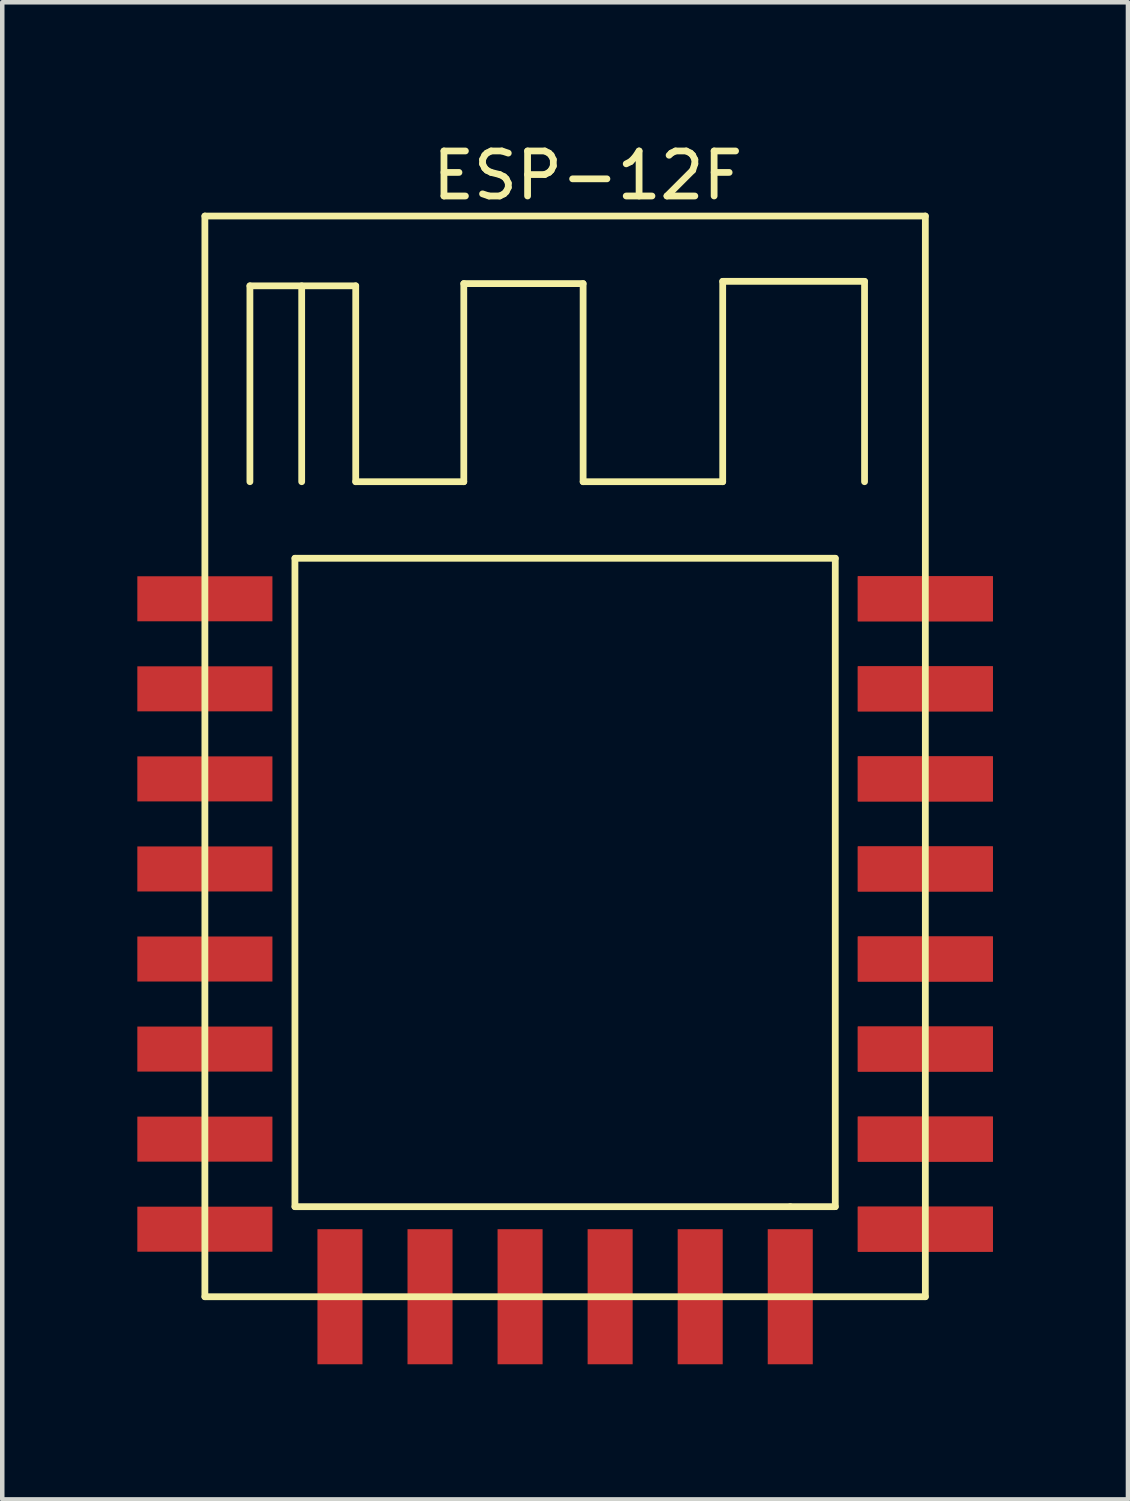
<source format=kicad_pcb>
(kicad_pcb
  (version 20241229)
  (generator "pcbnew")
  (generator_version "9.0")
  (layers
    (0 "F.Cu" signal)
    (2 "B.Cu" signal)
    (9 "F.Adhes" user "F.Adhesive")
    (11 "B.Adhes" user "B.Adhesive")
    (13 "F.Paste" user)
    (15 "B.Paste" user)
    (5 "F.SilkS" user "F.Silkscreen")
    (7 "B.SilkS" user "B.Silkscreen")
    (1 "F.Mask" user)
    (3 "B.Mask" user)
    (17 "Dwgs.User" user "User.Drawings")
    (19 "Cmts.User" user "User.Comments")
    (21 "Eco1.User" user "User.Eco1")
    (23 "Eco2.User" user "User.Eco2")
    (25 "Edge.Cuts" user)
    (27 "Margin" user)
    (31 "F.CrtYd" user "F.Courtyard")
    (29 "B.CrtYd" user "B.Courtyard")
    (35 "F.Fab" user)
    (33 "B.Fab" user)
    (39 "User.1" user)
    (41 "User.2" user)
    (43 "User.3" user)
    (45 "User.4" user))
  (footprint "ESP-12F"
    (layer "F.Cu")
    (at 1.5 25.748)
    (property "Reference" "ESP-12F" (at 8.5 -24.9 0) (layer "F.SilkS") (effects (font (size 1 1) (thickness 0.15))))
    (attr through_hole)
    (fp_line (start 0 -24) (end 16 -24) (stroke (width 0.15) (type solid)) (layer "F.SilkS"))
    (fp_line (start 0 0) (end 0 -24) (stroke (width 0.15) (type solid)) (layer "F.SilkS"))
    (fp_line (start 1 -22.45) (end 1 -18.1) (stroke (width 0.15) (type solid)) (layer "F.SilkS"))
    (fp_line (start 2 -16.4) (end 2 -2) (stroke (width 0.15) (type solid)) (layer "F.SilkS"))
    (fp_line (start 2 -2) (end 13 -2) (stroke (width 0.15) (type solid)) (layer "F.SilkS"))
    (fp_line (start 2.15 -22.45) (end 2.15 -18.1) (stroke (width 0.15) (type solid)) (layer "F.SilkS"))
    (fp_line (start 3.35 -22.45) (end 1 -22.45) (stroke (width 0.15) (type solid)) (layer "F.SilkS"))
    (fp_line (start 3.35 -18.1) (end 3.35 -22.45) (stroke (width 0.15) (type solid)) (layer "F.SilkS"))
    (fp_line (start 5.75 -22.5) (end 5.75 -18.1) (stroke (width 0.15) (type solid)) (layer "F.SilkS"))
    (fp_line (start 5.75 -18.1) (end 3.35 -18.1) (stroke (width 0.15) (type solid)) (layer "F.SilkS"))
    (fp_line (start 8.4 -22.5) (end 5.75 -22.5) (stroke (width 0.15) (type solid)) (layer "F.SilkS"))
    (fp_line (start 8.4 -18.1) (end 8.4 -22.5) (stroke (width 0.15) (type solid)) (layer "F.SilkS"))
    (fp_line (start 11.5 -22.55) (end 11.5 -18.1) (stroke (width 0.15) (type solid)) (layer "F.SilkS"))
    (fp_line (start 11.5 -18.1) (end 8.4 -18.1) (stroke (width 0.15) (type solid)) (layer "F.SilkS"))
    (fp_line (start 13 -2) (end 14 -2) (stroke (width 0.15) (type solid)) (layer "F.SilkS"))
    (fp_line (start 14 -16.4) (end 2 -16.4) (stroke (width 0.15) (type solid)) (layer "F.SilkS"))
    (fp_line (start 14 -2) (end 14 -16.4) (stroke (width 0.15) (type solid)) (layer "F.SilkS"))
    (fp_line (start 14.65 -22.55) (end 11.5 -22.55) (stroke (width 0.15) (type solid)) (layer "F.SilkS"))
    (fp_line (start 14.65 -18.1) (end 14.65 -22.55) (stroke (width 0.15) (type solid)) (layer "F.SilkS"))
    (fp_line (start 16 -24) (end 16 0) (stroke (width 0.15) (type solid)) (layer "F.SilkS"))
    (fp_line (start 16 0) (end 0 0) (stroke (width 0.15) (type solid)) (layer "F.SilkS"))
    (pad "1" smd rect (at 16 -1.5) (size 3 1) (layers "F.Cu" "F.Mask" "F.Paste"))
    (pad "1" smd rect (at 16 -1.5) (size 3 1) (layers "F.Cu" "F.Mask" "F.Paste"))
    (pad "3" smd rect (at 16 -3.5) (size 3 1) (layers "F.Cu" "F.Mask" "F.Paste"))
    (pad "3" smd rect (at 16 -3.5) (size 3 1) (layers "F.Cu" "F.Mask" "F.Paste"))
    (pad "4" smd rect (at 16 -5.5) (size 3 1) (layers "F.Cu" "F.Mask" "F.Paste"))
    (pad "4" smd rect (at 16 -5.5) (size 3 1) (layers "F.Cu" "F.Mask" "F.Paste"))
    (pad "5" smd rect (at 16 -7.5) (size 3 1) (layers "F.Cu" "F.Mask" "F.Paste"))
    (pad "5" smd rect (at 16 -7.5) (size 3 1) (layers "F.Cu" "F.Mask" "F.Paste"))
    (pad "6" smd rect (at 16 -9.5) (size 3 1) (layers "F.Cu" "F.Mask" "F.Paste"))
    (pad "6" smd rect (at 16 -9.5) (size 3 1) (layers "F.Cu" "F.Mask" "F.Paste"))
    (pad "7" smd rect (at 16 -11.5) (size 3 1) (layers "F.Cu" "F.Mask" "F.Paste"))
    (pad "7" smd rect (at 16 -11.5) (size 3 1) (layers "F.Cu" "F.Mask" "F.Paste"))
    (pad "8" smd rect (at 16 -13.5) (size 3 1) (layers "F.Cu" "F.Mask" "F.Paste"))
    (pad "8" smd rect (at 16 -13.5) (size 3 1) (layers "F.Cu" "F.Mask" "F.Paste"))
    (pad "9" smd rect (at 16 -15.5) (size 3 1) (layers "F.Cu" "F.Mask" "F.Paste"))
    (pad "9" smd rect (at 16 -15.5) (size 3 1) (layers "F.Cu" "F.Mask" "F.Paste"))
    (pad "10" smd rect (at 0 -1.5) (size 3 1) (layers "F.Cu" "F.Mask" "F.Paste"))
    (pad "11" smd rect (at 0 -3.5) (size 3 1) (layers "F.Cu" "F.Mask" "F.Paste"))
    (pad "12" smd rect (at 0 -5.5) (size 3 1) (layers "F.Cu" "F.Mask" "F.Paste"))
    (pad "13" smd rect (at 0 -7.5) (size 3 1) (layers "F.Cu" "F.Mask" "F.Paste"))
    (pad "14" smd rect (at 0 -9.5) (size 3 1) (layers "F.Cu" "F.Mask" "F.Paste"))
    (pad "15" smd rect (at 0 -11.5) (size 3 1) (layers "F.Cu" "F.Mask" "F.Paste"))
    (pad "16" smd rect (at 0 -13.5) (size 3 1) (layers "F.Cu" "F.Mask" "F.Paste"))
    (pad "17" smd rect (at 0 -15.5) (size 3 1) (layers "F.Cu" "F.Mask" "F.Paste"))
    (pad "23" smd rect (at 3 0) (size 1 3) (layers "F.Cu" "F.Mask" "F.Paste"))
    (pad "24" smd rect (at 5 0) (size 1 3) (layers "F.Cu" "F.Mask" "F.Paste"))
    (pad "25" smd rect (at 7 0) (size 1 3) (layers "F.Cu" "F.Mask" "F.Paste"))
    (pad "26" smd rect (at 9 0) (size 1 3) (layers "F.Cu" "F.Mask" "F.Paste"))
    (pad "27" smd rect (at 11 0) (size 1 3) (layers "F.Cu" "F.Mask" "F.Paste"))
    (pad "29" smd rect (at 13 0) (size 1 3) (layers "F.Cu" "F.Mask" "F.Paste")))
  (gr_rect
    (start -3 -3)
    (end 22 30.248)
    (stroke (width 0.1) (type default))
    (fill no)
    (layer "Edge.Cuts")))
</source>
